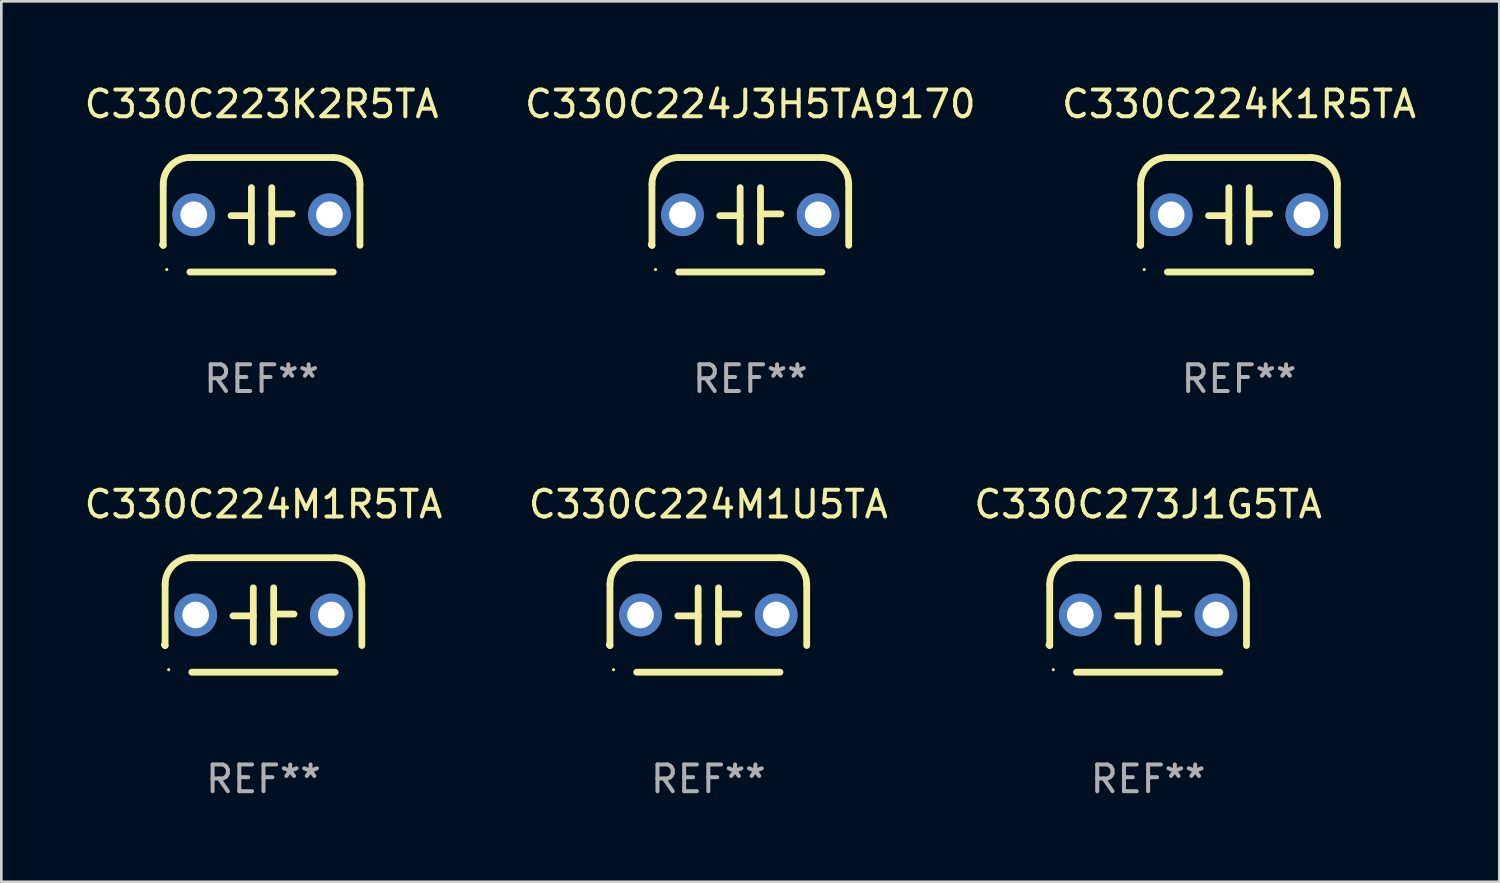
<source format=kicad_pcb>
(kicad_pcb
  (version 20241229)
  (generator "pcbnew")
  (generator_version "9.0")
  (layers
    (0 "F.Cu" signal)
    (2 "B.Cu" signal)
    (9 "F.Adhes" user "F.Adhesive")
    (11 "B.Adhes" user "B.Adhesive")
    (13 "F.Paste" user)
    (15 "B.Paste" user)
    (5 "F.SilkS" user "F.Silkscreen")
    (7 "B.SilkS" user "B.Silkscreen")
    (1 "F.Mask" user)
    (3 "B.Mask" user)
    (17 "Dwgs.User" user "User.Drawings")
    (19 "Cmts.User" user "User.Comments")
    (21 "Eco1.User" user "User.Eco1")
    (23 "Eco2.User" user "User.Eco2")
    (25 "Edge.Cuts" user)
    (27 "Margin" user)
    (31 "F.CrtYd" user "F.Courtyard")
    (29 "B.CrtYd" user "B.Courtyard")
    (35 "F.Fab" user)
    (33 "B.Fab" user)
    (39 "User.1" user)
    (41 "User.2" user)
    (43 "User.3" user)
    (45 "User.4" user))
  (footprint "C330C224M1R5TA"
    (layer "F.Cu")
    (at 6.815 19.974)
    (property "Reference" "C330C224M1R5TA" (at 0 -4.143 0) (layer "F.SilkS") (effects (font (size 1 1) (thickness 0.15))))
    (attr through_hole)
    (fp_line (start -3.683 -1.143) (end -3.683 1.143) (stroke (width 0.254) (type solid)) (layer "F.SilkS"))
    (fp_line (start -2.683 -2.143) (end 2.683 -2.143) (stroke (width 0.254) (type solid)) (layer "F.SilkS"))
    (fp_line (start -0.381 0.033) (end -1.143 0.033) (stroke (width 0.254) (type solid)) (layer "F.SilkS"))
    (fp_line (start -0.381 1.016) (end -0.381 -1.016) (stroke (width 0.254) (type solid)) (layer "F.SilkS"))
    (fp_line (start 0.381 -1.016) (end 0.381 1.016) (stroke (width 0.254) (type solid)) (layer "F.SilkS"))
    (fp_line (start 0.381 -0.033) (end 1.143 -0.033) (stroke (width 0.254) (type solid)) (layer "F.SilkS"))
    (fp_line (start 2.683 2.143) (end -2.683 2.143) (stroke (width 0.254) (type solid)) (layer "F.SilkS"))
    (fp_line (start 3.683 1.143) (end 3.683 -1.143) (stroke (width 0.254) (type solid)) (layer "F.SilkS"))
    (fp_arc (start -3.710292 1.115763) (mid -3.696656 1.129383) (end -3.68302 1.143002) (stroke (width 0.254001) (type solid)) (layer "F.SilkS"))
    (fp_arc (start -3.682994 -1.142977) (mid -3.390088 -1.850114) (end -2.682944 -2.143002) (stroke (width 0.254001) (type solid)) (layer "F.SilkS"))
    (fp_arc (start 2.682994 -2.143028) (mid 3.390106 -1.850122) (end 3.682995 -1.143002) (stroke (width 0.254001) (type solid)) (layer "F.SilkS"))
    (fp_circle (center -3.55 2.05) (end -3.52 2.05) (stroke (width 0.06) (type solid)) (fill no) (layer "F.SilkS"))
    (fp_text user "REF**" (at 0 6.143 0) (layer "F.Fab") (effects (font (size 1 1) (thickness 0.15))))
    (pad "1" thru_hole circle (at -2.54 0) (size 1.6 1.6) (drill 1) (layers "*.Cu" "*.Mask"))
    (pad "2" thru_hole circle (at 2.54 0) (size 1.6 1.6) (drill 1) (layers "*.Cu" "*.Mask")))
  (footprint "C330C273J1G5TA"
    (layer "F.Cu")
    (at 39.935 19.974)
    (property "Reference" "C330C273J1G5TA" (at 0 -4.143 0) (layer "F.SilkS") (effects (font (size 1 1) (thickness 0.15))))
    (attr through_hole)
    (fp_line (start -3.683 -1.143) (end -3.683 1.143) (stroke (width 0.254) (type solid)) (layer "F.SilkS"))
    (fp_line (start -2.683 -2.143) (end 2.683 -2.143) (stroke (width 0.254) (type solid)) (layer "F.SilkS"))
    (fp_line (start -0.381 0.033) (end -1.143 0.033) (stroke (width 0.254) (type solid)) (layer "F.SilkS"))
    (fp_line (start -0.381 1.016) (end -0.381 -1.016) (stroke (width 0.254) (type solid)) (layer "F.SilkS"))
    (fp_line (start 0.381 -1.016) (end 0.381 1.016) (stroke (width 0.254) (type solid)) (layer "F.SilkS"))
    (fp_line (start 0.381 -0.033) (end 1.143 -0.033) (stroke (width 0.254) (type solid)) (layer "F.SilkS"))
    (fp_line (start 2.683 2.143) (end -2.683 2.143) (stroke (width 0.254) (type solid)) (layer "F.SilkS"))
    (fp_line (start 3.683 1.143) (end 3.683 -1.143) (stroke (width 0.254) (type solid)) (layer "F.SilkS"))
    (fp_arc (start -3.710292 1.115763) (mid -3.696656 1.129383) (end -3.68302 1.143002) (stroke (width 0.254001) (type solid)) (layer "F.SilkS"))
    (fp_arc (start -3.682994 -1.142977) (mid -3.390088 -1.850114) (end -2.682944 -2.143002) (stroke (width 0.254001) (type solid)) (layer "F.SilkS"))
    (fp_arc (start 2.682994 -2.143028) (mid 3.390106 -1.850122) (end 3.682995 -1.143002) (stroke (width 0.254001) (type solid)) (layer "F.SilkS"))
    (fp_circle (center -3.55 2.05) (end -3.52 2.05) (stroke (width 0.06) (type solid)) (fill no) (layer "F.SilkS"))
    (fp_text user "REF**" (at 0 6.143 0) (layer "F.Fab") (effects (font (size 1 1) (thickness 0.15))))
    (pad "1" thru_hole circle (at -2.54 0) (size 1.6 1.6) (drill 1) (layers "*.Cu" "*.Mask"))
    (pad "2" thru_hole circle (at 2.54 0) (size 1.6 1.6) (drill 1) (layers "*.Cu" "*.Mask")))
  (footprint "C330C223K2R5TA"
    (layer "F.Cu")
    (at 6.744 4.991)
    (property "Reference" "C330C223K2R5TA" (at 0 -4.143 0) (layer "F.SilkS") (effects (font (size 1 1) (thickness 0.15))))
    (attr through_hole)
    (fp_line (start -3.683 -1.143) (end -3.683 1.143) (stroke (width 0.254) (type solid)) (layer "F.SilkS"))
    (fp_line (start -2.683 -2.143) (end 2.683 -2.143) (stroke (width 0.254) (type solid)) (layer "F.SilkS"))
    (fp_line (start -0.381 0.033) (end -1.143 0.033) (stroke (width 0.254) (type solid)) (layer "F.SilkS"))
    (fp_line (start -0.381 1.016) (end -0.381 -1.016) (stroke (width 0.254) (type solid)) (layer "F.SilkS"))
    (fp_line (start 0.381 -1.016) (end 0.381 1.016) (stroke (width 0.254) (type solid)) (layer "F.SilkS"))
    (fp_line (start 0.381 -0.033) (end 1.143 -0.033) (stroke (width 0.254) (type solid)) (layer "F.SilkS"))
    (fp_line (start 2.683 2.143) (end -2.683 2.143) (stroke (width 0.254) (type solid)) (layer "F.SilkS"))
    (fp_line (start 3.683 1.143) (end 3.683 -1.143) (stroke (width 0.254) (type solid)) (layer "F.SilkS"))
    (fp_arc (start -3.710292 1.115763) (mid -3.696656 1.129383) (end -3.68302 1.143002) (stroke (width 0.254001) (type solid)) (layer "F.SilkS"))
    (fp_arc (start -3.682994 -1.142977) (mid -3.390088 -1.850114) (end -2.682944 -2.143002) (stroke (width 0.254001) (type solid)) (layer "F.SilkS"))
    (fp_arc (start 2.682994 -2.143028) (mid 3.390106 -1.850122) (end 3.682995 -1.143002) (stroke (width 0.254001) (type solid)) (layer "F.SilkS"))
    (fp_circle (center -3.55 2.05) (end -3.52 2.05) (stroke (width 0.06) (type solid)) (fill no) (layer "F.SilkS"))
    (fp_text user "REF**" (at 0 6.143 0) (layer "F.Fab") (effects (font (size 1 1) (thickness 0.15))))
    (pad "1" thru_hole circle (at -2.54 0) (size 1.6 1.6) (drill 1) (layers "*.Cu" "*.Mask"))
    (pad "2" thru_hole circle (at 2.54 0) (size 1.6 1.6) (drill 1) (layers "*.Cu" "*.Mask")))
  (footprint "C330C224K1R5TA"
    (layer "F.Cu")
    (at 43.339 4.991)
    (property "Reference" "C330C224K1R5TA" (at 0 -4.143 0) (layer "F.SilkS") (effects (font (size 1 1) (thickness 0.15))))
    (attr through_hole)
    (fp_line (start -3.683 -1.143) (end -3.683 1.143) (stroke (width 0.254) (type solid)) (layer "F.SilkS"))
    (fp_line (start -2.683 -2.143) (end 2.683 -2.143) (stroke (width 0.254) (type solid)) (layer "F.SilkS"))
    (fp_line (start -0.381 0.033) (end -1.143 0.033) (stroke (width 0.254) (type solid)) (layer "F.SilkS"))
    (fp_line (start -0.381 1.016) (end -0.381 -1.016) (stroke (width 0.254) (type solid)) (layer "F.SilkS"))
    (fp_line (start 0.381 -1.016) (end 0.381 1.016) (stroke (width 0.254) (type solid)) (layer "F.SilkS"))
    (fp_line (start 0.381 -0.033) (end 1.143 -0.033) (stroke (width 0.254) (type solid)) (layer "F.SilkS"))
    (fp_line (start 2.683 2.143) (end -2.683 2.143) (stroke (width 0.254) (type solid)) (layer "F.SilkS"))
    (fp_line (start 3.683 1.143) (end 3.683 -1.143) (stroke (width 0.254) (type solid)) (layer "F.SilkS"))
    (fp_arc (start -3.710292 1.115763) (mid -3.696656 1.129383) (end -3.68302 1.143002) (stroke (width 0.254001) (type solid)) (layer "F.SilkS"))
    (fp_arc (start -3.682994 -1.142977) (mid -3.390088 -1.850114) (end -2.682944 -2.143002) (stroke (width 0.254001) (type solid)) (layer "F.SilkS"))
    (fp_arc (start 2.682994 -2.143028) (mid 3.390106 -1.850122) (end 3.682995 -1.143002) (stroke (width 0.254001) (type solid)) (layer "F.SilkS"))
    (fp_circle (center -3.55 2.05) (end -3.52 2.05) (stroke (width 0.06) (type solid)) (fill no) (layer "F.SilkS"))
    (fp_text user "REF**" (at 0 6.143 0) (layer "F.Fab") (effects (font (size 1 1) (thickness 0.15))))
    (pad "1" thru_hole circle (at -2.54 0) (size 1.6 1.6) (drill 1) (layers "*.Cu" "*.Mask"))
    (pad "2" thru_hole circle (at 2.54 0) (size 1.6 1.6) (drill 1) (layers "*.Cu" "*.Mask")))
  (footprint "C330C224M1U5TA"
    (layer "F.Cu")
    (at 23.47 19.974)
    (property "Reference" "C330C224M1U5TA" (at 0 -4.143 0) (layer "F.SilkS") (effects (font (size 1 1) (thickness 0.15))))
    (attr through_hole)
    (fp_line (start -3.683 -1.143) (end -3.683 1.143) (stroke (width 0.254) (type solid)) (layer "F.SilkS"))
    (fp_line (start -2.683 -2.143) (end 2.683 -2.143) (stroke (width 0.254) (type solid)) (layer "F.SilkS"))
    (fp_line (start -0.381 0.033) (end -1.143 0.033) (stroke (width 0.254) (type solid)) (layer "F.SilkS"))
    (fp_line (start -0.381 1.016) (end -0.381 -1.016) (stroke (width 0.254) (type solid)) (layer "F.SilkS"))
    (fp_line (start 0.381 -1.016) (end 0.381 1.016) (stroke (width 0.254) (type solid)) (layer "F.SilkS"))
    (fp_line (start 0.381 -0.033) (end 1.143 -0.033) (stroke (width 0.254) (type solid)) (layer "F.SilkS"))
    (fp_line (start 2.683 2.143) (end -2.683 2.143) (stroke (width 0.254) (type solid)) (layer "F.SilkS"))
    (fp_line (start 3.683 1.143) (end 3.683 -1.143) (stroke (width 0.254) (type solid)) (layer "F.SilkS"))
    (fp_arc (start -3.710292 1.115763) (mid -3.696656 1.129383) (end -3.68302 1.143002) (stroke (width 0.254001) (type solid)) (layer "F.SilkS"))
    (fp_arc (start -3.682994 -1.142977) (mid -3.390088 -1.850114) (end -2.682944 -2.143002) (stroke (width 0.254001) (type solid)) (layer "F.SilkS"))
    (fp_arc (start 2.682994 -2.143028) (mid 3.390106 -1.850122) (end 3.682995 -1.143002) (stroke (width 0.254001) (type solid)) (layer "F.SilkS"))
    (fp_circle (center -3.55 2.05) (end -3.52 2.05) (stroke (width 0.06) (type solid)) (fill no) (layer "F.SilkS"))
    (fp_text user "REF**" (at 0 6.143 0) (layer "F.Fab") (effects (font (size 1 1) (thickness 0.15))))
    (pad "1" thru_hole circle (at -2.54 0) (size 1.6 1.6) (drill 1) (layers "*.Cu" "*.Mask"))
    (pad "2" thru_hole circle (at 2.54 0) (size 1.6 1.6) (drill 1) (layers "*.Cu" "*.Mask")))
  (footprint "C330C224J3H5TA9170"
    (layer "F.Cu")
    (at 25.042 4.991)
    (property "Reference" "C330C224J3H5TA9170" (at 0 -4.143 0) (layer "F.SilkS") (effects (font (size 1 1) (thickness 0.15))))
    (attr through_hole)
    (fp_line (start -3.683 -1.143) (end -3.683 1.143) (stroke (width 0.254) (type solid)) (layer "F.SilkS"))
    (fp_line (start -2.683 -2.143) (end 2.683 -2.143) (stroke (width 0.254) (type solid)) (layer "F.SilkS"))
    (fp_line (start -0.381 0.033) (end -1.143 0.033) (stroke (width 0.254) (type solid)) (layer "F.SilkS"))
    (fp_line (start -0.381 1.016) (end -0.381 -1.016) (stroke (width 0.254) (type solid)) (layer "F.SilkS"))
    (fp_line (start 0.381 -1.016) (end 0.381 1.016) (stroke (width 0.254) (type solid)) (layer "F.SilkS"))
    (fp_line (start 0.381 -0.033) (end 1.143 -0.033) (stroke (width 0.254) (type solid)) (layer "F.SilkS"))
    (fp_line (start 2.683 2.143) (end -2.683 2.143) (stroke (width 0.254) (type solid)) (layer "F.SilkS"))
    (fp_line (start 3.683 1.143) (end 3.683 -1.143) (stroke (width 0.254) (type solid)) (layer "F.SilkS"))
    (fp_arc (start -3.710292 1.115763) (mid -3.696656 1.129383) (end -3.68302 1.143002) (stroke (width 0.254001) (type solid)) (layer "F.SilkS"))
    (fp_arc (start -3.682994 -1.142977) (mid -3.390088 -1.850114) (end -2.682944 -2.143002) (stroke (width 0.254001) (type solid)) (layer "F.SilkS"))
    (fp_arc (start 2.682994 -2.143028) (mid 3.390106 -1.850122) (end 3.682995 -1.143002) (stroke (width 0.254001) (type solid)) (layer "F.SilkS"))
    (fp_circle (center -3.55 2.05) (end -3.52 2.05) (stroke (width 0.06) (type solid)) (fill no) (layer "F.SilkS"))
    (fp_text user "REF**" (at 0 6.143 0) (layer "F.Fab") (effects (font (size 1 1) (thickness 0.15))))
    (pad "1" thru_hole circle (at -2.54 0) (size 1.6 1.6) (drill 1) (layers "*.Cu" "*.Mask"))
    (pad "2" thru_hole circle (at 2.54 0) (size 1.6 1.6) (drill 1) (layers "*.Cu" "*.Mask")))
  (gr_rect
    (start -3 -3)
    (end 53.083 29.965)
    (stroke (width 0.1) (type default))
    (fill no)
    (layer "Edge.Cuts")))
</source>
